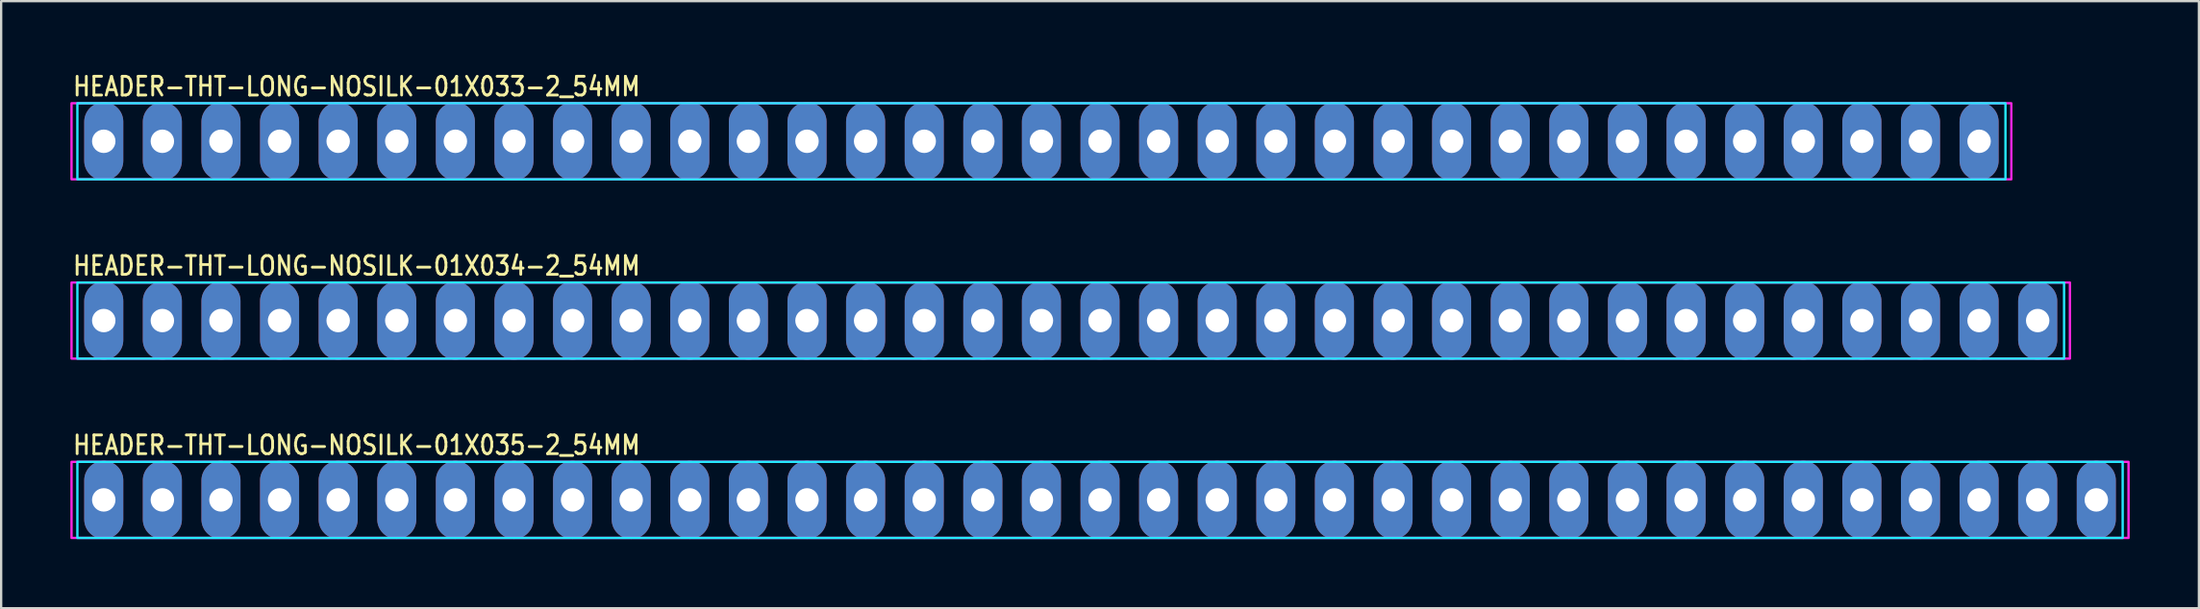
<source format=kicad_pcb>
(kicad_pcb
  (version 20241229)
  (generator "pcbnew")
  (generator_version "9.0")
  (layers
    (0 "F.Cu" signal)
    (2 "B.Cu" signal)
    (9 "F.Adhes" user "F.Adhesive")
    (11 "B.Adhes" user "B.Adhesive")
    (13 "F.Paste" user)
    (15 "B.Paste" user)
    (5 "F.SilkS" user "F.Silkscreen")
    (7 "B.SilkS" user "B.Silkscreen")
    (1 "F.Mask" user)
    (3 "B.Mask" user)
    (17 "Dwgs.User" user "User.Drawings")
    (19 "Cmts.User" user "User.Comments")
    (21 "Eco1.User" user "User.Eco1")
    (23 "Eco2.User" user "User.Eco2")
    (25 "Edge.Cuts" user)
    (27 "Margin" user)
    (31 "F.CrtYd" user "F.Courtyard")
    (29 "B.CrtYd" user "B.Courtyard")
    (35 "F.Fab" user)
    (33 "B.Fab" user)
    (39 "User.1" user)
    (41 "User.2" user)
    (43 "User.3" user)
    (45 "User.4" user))
  (footprint "HEADER-THT-LONG-NOSILK-01X035-2_54MM"
    (layer "F.Cu")
    (at 1.447 18.638)
    (property "Reference" "HEADER-THT-LONG-NOSILK-01X035-2_54MM" (at -1.4 -1.9 0) (unlocked yes) (layer "F.SilkS") (effects (font (size 0.813 0.695) (thickness 0.122)) (justify left bottom)))
    (fp_poly (pts (xy -1.143 -1.651) (xy 87.503 -1.651) (xy 87.503 1.651) (xy -1.143 1.651)) (stroke (width 0.1) (type solid)) (fill no) (layer "B.CrtYd"))
    (fp_poly (pts (xy -1.397 -1.651) (xy 87.757 -1.651) (xy 87.757 1.651) (xy -1.397 1.651)) (stroke (width 0.1) (type solid)) (fill no) (layer "F.CrtYd"))
    (pad "1" thru_hole oval (at 0 0 90) (size 3.387 1.693) (drill 1.016) (layers "*.Cu" "*.Mask"))
    (pad "2" thru_hole oval (at 2.54 0 90) (size 3.387 1.693) (drill 1.016) (layers "*.Cu" "*.Mask"))
    (pad "3" thru_hole oval (at 5.08 0 90) (size 3.387 1.693) (drill 1.016) (layers "*.Cu" "*.Mask"))
    (pad "4" thru_hole oval (at 7.62 0 90) (size 3.387 1.693) (drill 1.016) (layers "*.Cu" "*.Mask"))
    (pad "5" thru_hole oval (at 10.16 0 90) (size 3.387 1.693) (drill 1.016) (layers "*.Cu" "*.Mask"))
    (pad "6" thru_hole oval (at 12.7 0 90) (size 3.387 1.693) (drill 1.016) (layers "*.Cu" "*.Mask"))
    (pad "7" thru_hole oval (at 15.24 0 90) (size 3.387 1.693) (drill 1.016) (layers "*.Cu" "*.Mask"))
    (pad "8" thru_hole oval (at 17.78 0 90) (size 3.387 1.693) (drill 1.016) (layers "*.Cu" "*.Mask"))
    (pad "9" thru_hole oval (at 20.32 0 90) (size 3.387 1.693) (drill 1.016) (layers "*.Cu" "*.Mask"))
    (pad "10" thru_hole oval (at 22.86 0 90) (size 3.387 1.693) (drill 1.016) (layers "*.Cu" "*.Mask"))
    (pad "11" thru_hole oval (at 25.4 0 90) (size 3.387 1.693) (drill 1.016) (layers "*.Cu" "*.Mask"))
    (pad "12" thru_hole oval (at 27.94 0 90) (size 3.387 1.693) (drill 1.016) (layers "*.Cu" "*.Mask"))
    (pad "13" thru_hole oval (at 30.48 0 90) (size 3.387 1.693) (drill 1.016) (layers "*.Cu" "*.Mask"))
    (pad "14" thru_hole oval (at 33.02 0 90) (size 3.387 1.693) (drill 1.016) (layers "*.Cu" "*.Mask"))
    (pad "15" thru_hole oval (at 35.56 0 90) (size 3.387 1.693) (drill 1.016) (layers "*.Cu" "*.Mask"))
    (pad "16" thru_hole oval (at 38.1 0 90) (size 3.387 1.693) (drill 1.016) (layers "*.Cu" "*.Mask"))
    (pad "17" thru_hole oval (at 40.64 0 90) (size 3.387 1.693) (drill 1.016) (layers "*.Cu" "*.Mask"))
    (pad "18" thru_hole oval (at 43.18 0 90) (size 3.387 1.693) (drill 1.016) (layers "*.Cu" "*.Mask"))
    (pad "19" thru_hole oval (at 45.72 0 90) (size 3.387 1.693) (drill 1.016) (layers "*.Cu" "*.Mask"))
    (pad "20" thru_hole oval (at 48.26 0 90) (size 3.387 1.693) (drill 1.016) (layers "*.Cu" "*.Mask"))
    (pad "21" thru_hole oval (at 50.8 0 90) (size 3.387 1.693) (drill 1.016) (layers "*.Cu" "*.Mask"))
    (pad "22" thru_hole oval (at 53.34 0 90) (size 3.387 1.693) (drill 1.016) (layers "*.Cu" "*.Mask"))
    (pad "23" thru_hole oval (at 55.88 0 90) (size 3.387 1.693) (drill 1.016) (layers "*.Cu" "*.Mask"))
    (pad "24" thru_hole oval (at 58.42 0 90) (size 3.387 1.693) (drill 1.016) (layers "*.Cu" "*.Mask"))
    (pad "25" thru_hole oval (at 60.96 0 90) (size 3.387 1.693) (drill 1.016) (layers "*.Cu" "*.Mask"))
    (pad "26" thru_hole oval (at 63.5 0 90) (size 3.387 1.693) (drill 1.016) (layers "*.Cu" "*.Mask"))
    (pad "27" thru_hole oval (at 66.04 0 90) (size 3.387 1.693) (drill 1.016) (layers "*.Cu" "*.Mask"))
    (pad "28" thru_hole oval (at 68.58 0 90) (size 3.387 1.693) (drill 1.016) (layers "*.Cu" "*.Mask"))
    (pad "29" thru_hole oval (at 71.12 0 90) (size 3.387 1.693) (drill 1.016) (layers "*.Cu" "*.Mask"))
    (pad "30" thru_hole oval (at 73.66 0 90) (size 3.387 1.693) (drill 1.016) (layers "*.Cu" "*.Mask"))
    (pad "31" thru_hole oval (at 76.2 0 90) (size 3.387 1.693) (drill 1.016) (layers "*.Cu" "*.Mask"))
    (pad "32" thru_hole oval (at 78.74 0 90) (size 3.387 1.693) (drill 1.016) (layers "*.Cu" "*.Mask"))
    (pad "33" thru_hole oval (at 81.28 0 90) (size 3.387 1.693) (drill 1.016) (layers "*.Cu" "*.Mask"))
    (pad "34" thru_hole oval (at 83.82 0 90) (size 3.387 1.693) (drill 1.016) (layers "*.Cu" "*.Mask"))
    (pad "35" thru_hole oval (at 86.36 0 90) (size 3.387 1.693) (drill 1.016) (layers "*.Cu" "*.Mask")))
  (footprint "HEADER-THT-LONG-NOSILK-01X033-2_54MM"
    (layer "F.Cu")
    (at 1.447 3.079)
    (property "Reference" "HEADER-THT-LONG-NOSILK-01X033-2_54MM" (at -1.4 -1.9 0) (unlocked yes) (layer "F.SilkS") (effects (font (size 0.813 0.695) (thickness 0.122)) (justify left bottom)))
    (fp_poly (pts (xy -1.143 -1.651) (xy 82.423 -1.651) (xy 82.423 1.651) (xy -1.143 1.651)) (stroke (width 0.1) (type solid)) (fill no) (layer "B.CrtYd"))
    (fp_poly (pts (xy -1.397 -1.651) (xy 82.677 -1.651) (xy 82.677 1.651) (xy -1.397 1.651)) (stroke (width 0.1) (type solid)) (fill no) (layer "F.CrtYd"))
    (pad "1" thru_hole oval (at 0 0 90) (size 3.387 1.693) (drill 1.016) (layers "*.Cu" "*.Mask"))
    (pad "2" thru_hole oval (at 2.54 0 90) (size 3.387 1.693) (drill 1.016) (layers "*.Cu" "*.Mask"))
    (pad "3" thru_hole oval (at 5.08 0 90) (size 3.387 1.693) (drill 1.016) (layers "*.Cu" "*.Mask"))
    (pad "4" thru_hole oval (at 7.62 0 90) (size 3.387 1.693) (drill 1.016) (layers "*.Cu" "*.Mask"))
    (pad "5" thru_hole oval (at 10.16 0 90) (size 3.387 1.693) (drill 1.016) (layers "*.Cu" "*.Mask"))
    (pad "6" thru_hole oval (at 12.7 0 90) (size 3.387 1.693) (drill 1.016) (layers "*.Cu" "*.Mask"))
    (pad "7" thru_hole oval (at 15.24 0 90) (size 3.387 1.693) (drill 1.016) (layers "*.Cu" "*.Mask"))
    (pad "8" thru_hole oval (at 17.78 0 90) (size 3.387 1.693) (drill 1.016) (layers "*.Cu" "*.Mask"))
    (pad "9" thru_hole oval (at 20.32 0 90) (size 3.387 1.693) (drill 1.016) (layers "*.Cu" "*.Mask"))
    (pad "10" thru_hole oval (at 22.86 0 90) (size 3.387 1.693) (drill 1.016) (layers "*.Cu" "*.Mask"))
    (pad "11" thru_hole oval (at 25.4 0 90) (size 3.387 1.693) (drill 1.016) (layers "*.Cu" "*.Mask"))
    (pad "12" thru_hole oval (at 27.94 0 90) (size 3.387 1.693) (drill 1.016) (layers "*.Cu" "*.Mask"))
    (pad "13" thru_hole oval (at 30.48 0 90) (size 3.387 1.693) (drill 1.016) (layers "*.Cu" "*.Mask"))
    (pad "14" thru_hole oval (at 33.02 0 90) (size 3.387 1.693) (drill 1.016) (layers "*.Cu" "*.Mask"))
    (pad "15" thru_hole oval (at 35.56 0 90) (size 3.387 1.693) (drill 1.016) (layers "*.Cu" "*.Mask"))
    (pad "16" thru_hole oval (at 38.1 0 90) (size 3.387 1.693) (drill 1.016) (layers "*.Cu" "*.Mask"))
    (pad "17" thru_hole oval (at 40.64 0 90) (size 3.387 1.693) (drill 1.016) (layers "*.Cu" "*.Mask"))
    (pad "18" thru_hole oval (at 43.18 0 90) (size 3.387 1.693) (drill 1.016) (layers "*.Cu" "*.Mask"))
    (pad "19" thru_hole oval (at 45.72 0 90) (size 3.387 1.693) (drill 1.016) (layers "*.Cu" "*.Mask"))
    (pad "20" thru_hole oval (at 48.26 0 90) (size 3.387 1.693) (drill 1.016) (layers "*.Cu" "*.Mask"))
    (pad "21" thru_hole oval (at 50.8 0 90) (size 3.387 1.693) (drill 1.016) (layers "*.Cu" "*.Mask"))
    (pad "22" thru_hole oval (at 53.34 0 90) (size 3.387 1.693) (drill 1.016) (layers "*.Cu" "*.Mask"))
    (pad "23" thru_hole oval (at 55.88 0 90) (size 3.387 1.693) (drill 1.016) (layers "*.Cu" "*.Mask"))
    (pad "24" thru_hole oval (at 58.42 0 90) (size 3.387 1.693) (drill 1.016) (layers "*.Cu" "*.Mask"))
    (pad "25" thru_hole oval (at 60.96 0 90) (size 3.387 1.693) (drill 1.016) (layers "*.Cu" "*.Mask"))
    (pad "26" thru_hole oval (at 63.5 0 90) (size 3.387 1.693) (drill 1.016) (layers "*.Cu" "*.Mask"))
    (pad "27" thru_hole oval (at 66.04 0 90) (size 3.387 1.693) (drill 1.016) (layers "*.Cu" "*.Mask"))
    (pad "28" thru_hole oval (at 68.58 0 90) (size 3.387 1.693) (drill 1.016) (layers "*.Cu" "*.Mask"))
    (pad "29" thru_hole oval (at 71.12 0 90) (size 3.387 1.693) (drill 1.016) (layers "*.Cu" "*.Mask"))
    (pad "30" thru_hole oval (at 73.66 0 90) (size 3.387 1.693) (drill 1.016) (layers "*.Cu" "*.Mask"))
    (pad "31" thru_hole oval (at 76.2 0 90) (size 3.387 1.693) (drill 1.016) (layers "*.Cu" "*.Mask"))
    (pad "32" thru_hole oval (at 78.74 0 90) (size 3.387 1.693) (drill 1.016) (layers "*.Cu" "*.Mask"))
    (pad "33" thru_hole oval (at 81.28 0 90) (size 3.387 1.693) (drill 1.016) (layers "*.Cu" "*.Mask")))
  (footprint "HEADER-THT-LONG-NOSILK-01X034-2_54MM"
    (layer "F.Cu")
    (at 1.447 10.858)
    (property "Reference" "HEADER-THT-LONG-NOSILK-01X034-2_54MM" (at -1.4 -1.9 0) (unlocked yes) (layer "F.SilkS") (effects (font (size 0.813 0.695) (thickness 0.122)) (justify left bottom)))
    (fp_poly (pts (xy -1.143 -1.651) (xy 84.963 -1.651) (xy 84.963 1.651) (xy -1.143 1.651)) (stroke (width 0.1) (type solid)) (fill no) (layer "B.CrtYd"))
    (fp_poly (pts (xy -1.397 -1.651) (xy 85.217 -1.651) (xy 85.217 1.651) (xy -1.397 1.651)) (stroke (width 0.1) (type solid)) (fill no) (layer "F.CrtYd"))
    (pad "1" thru_hole oval (at 0 0 90) (size 3.387 1.693) (drill 1.016) (layers "*.Cu" "*.Mask"))
    (pad "2" thru_hole oval (at 2.54 0 90) (size 3.387 1.693) (drill 1.016) (layers "*.Cu" "*.Mask"))
    (pad "3" thru_hole oval (at 5.08 0 90) (size 3.387 1.693) (drill 1.016) (layers "*.Cu" "*.Mask"))
    (pad "4" thru_hole oval (at 7.62 0 90) (size 3.387 1.693) (drill 1.016) (layers "*.Cu" "*.Mask"))
    (pad "5" thru_hole oval (at 10.16 0 90) (size 3.387 1.693) (drill 1.016) (layers "*.Cu" "*.Mask"))
    (pad "6" thru_hole oval (at 12.7 0 90) (size 3.387 1.693) (drill 1.016) (layers "*.Cu" "*.Mask"))
    (pad "7" thru_hole oval (at 15.24 0 90) (size 3.387 1.693) (drill 1.016) (layers "*.Cu" "*.Mask"))
    (pad "8" thru_hole oval (at 17.78 0 90) (size 3.387 1.693) (drill 1.016) (layers "*.Cu" "*.Mask"))
    (pad "9" thru_hole oval (at 20.32 0 90) (size 3.387 1.693) (drill 1.016) (layers "*.Cu" "*.Mask"))
    (pad "10" thru_hole oval (at 22.86 0 90) (size 3.387 1.693) (drill 1.016) (layers "*.Cu" "*.Mask"))
    (pad "11" thru_hole oval (at 25.4 0 90) (size 3.387 1.693) (drill 1.016) (layers "*.Cu" "*.Mask"))
    (pad "12" thru_hole oval (at 27.94 0 90) (size 3.387 1.693) (drill 1.016) (layers "*.Cu" "*.Mask"))
    (pad "13" thru_hole oval (at 30.48 0 90) (size 3.387 1.693) (drill 1.016) (layers "*.Cu" "*.Mask"))
    (pad "14" thru_hole oval (at 33.02 0 90) (size 3.387 1.693) (drill 1.016) (layers "*.Cu" "*.Mask"))
    (pad "15" thru_hole oval (at 35.56 0 90) (size 3.387 1.693) (drill 1.016) (layers "*.Cu" "*.Mask"))
    (pad "16" thru_hole oval (at 38.1 0 90) (size 3.387 1.693) (drill 1.016) (layers "*.Cu" "*.Mask"))
    (pad "17" thru_hole oval (at 40.64 0 90) (size 3.387 1.693) (drill 1.016) (layers "*.Cu" "*.Mask"))
    (pad "18" thru_hole oval (at 43.18 0 90) (size 3.387 1.693) (drill 1.016) (layers "*.Cu" "*.Mask"))
    (pad "19" thru_hole oval (at 45.72 0 90) (size 3.387 1.693) (drill 1.016) (layers "*.Cu" "*.Mask"))
    (pad "20" thru_hole oval (at 48.26 0 90) (size 3.387 1.693) (drill 1.016) (layers "*.Cu" "*.Mask"))
    (pad "21" thru_hole oval (at 50.8 0 90) (size 3.387 1.693) (drill 1.016) (layers "*.Cu" "*.Mask"))
    (pad "22" thru_hole oval (at 53.34 0 90) (size 3.387 1.693) (drill 1.016) (layers "*.Cu" "*.Mask"))
    (pad "23" thru_hole oval (at 55.88 0 90) (size 3.387 1.693) (drill 1.016) (layers "*.Cu" "*.Mask"))
    (pad "24" thru_hole oval (at 58.42 0 90) (size 3.387 1.693) (drill 1.016) (layers "*.Cu" "*.Mask"))
    (pad "25" thru_hole oval (at 60.96 0 90) (size 3.387 1.693) (drill 1.016) (layers "*.Cu" "*.Mask"))
    (pad "26" thru_hole oval (at 63.5 0 90) (size 3.387 1.693) (drill 1.016) (layers "*.Cu" "*.Mask"))
    (pad "27" thru_hole oval (at 66.04 0 90) (size 3.387 1.693) (drill 1.016) (layers "*.Cu" "*.Mask"))
    (pad "28" thru_hole oval (at 68.58 0 90) (size 3.387 1.693) (drill 1.016) (layers "*.Cu" "*.Mask"))
    (pad "29" thru_hole oval (at 71.12 0 90) (size 3.387 1.693) (drill 1.016) (layers "*.Cu" "*.Mask"))
    (pad "30" thru_hole oval (at 73.66 0 90) (size 3.387 1.693) (drill 1.016) (layers "*.Cu" "*.Mask"))
    (pad "31" thru_hole oval (at 76.2 0 90) (size 3.387 1.693) (drill 1.016) (layers "*.Cu" "*.Mask"))
    (pad "32" thru_hole oval (at 78.74 0 90) (size 3.387 1.693) (drill 1.016) (layers "*.Cu" "*.Mask"))
    (pad "33" thru_hole oval (at 81.28 0 90) (size 3.387 1.693) (drill 1.016) (layers "*.Cu" "*.Mask"))
    (pad "34" thru_hole oval (at 83.82 0 90) (size 3.387 1.693) (drill 1.016) (layers "*.Cu" "*.Mask")))
  (gr_rect
    (start -3 -3)
    (end 92.254 23.339)
    (stroke (width 0.1) (type default))
    (fill no)
    (layer "Edge.Cuts")))
</source>
